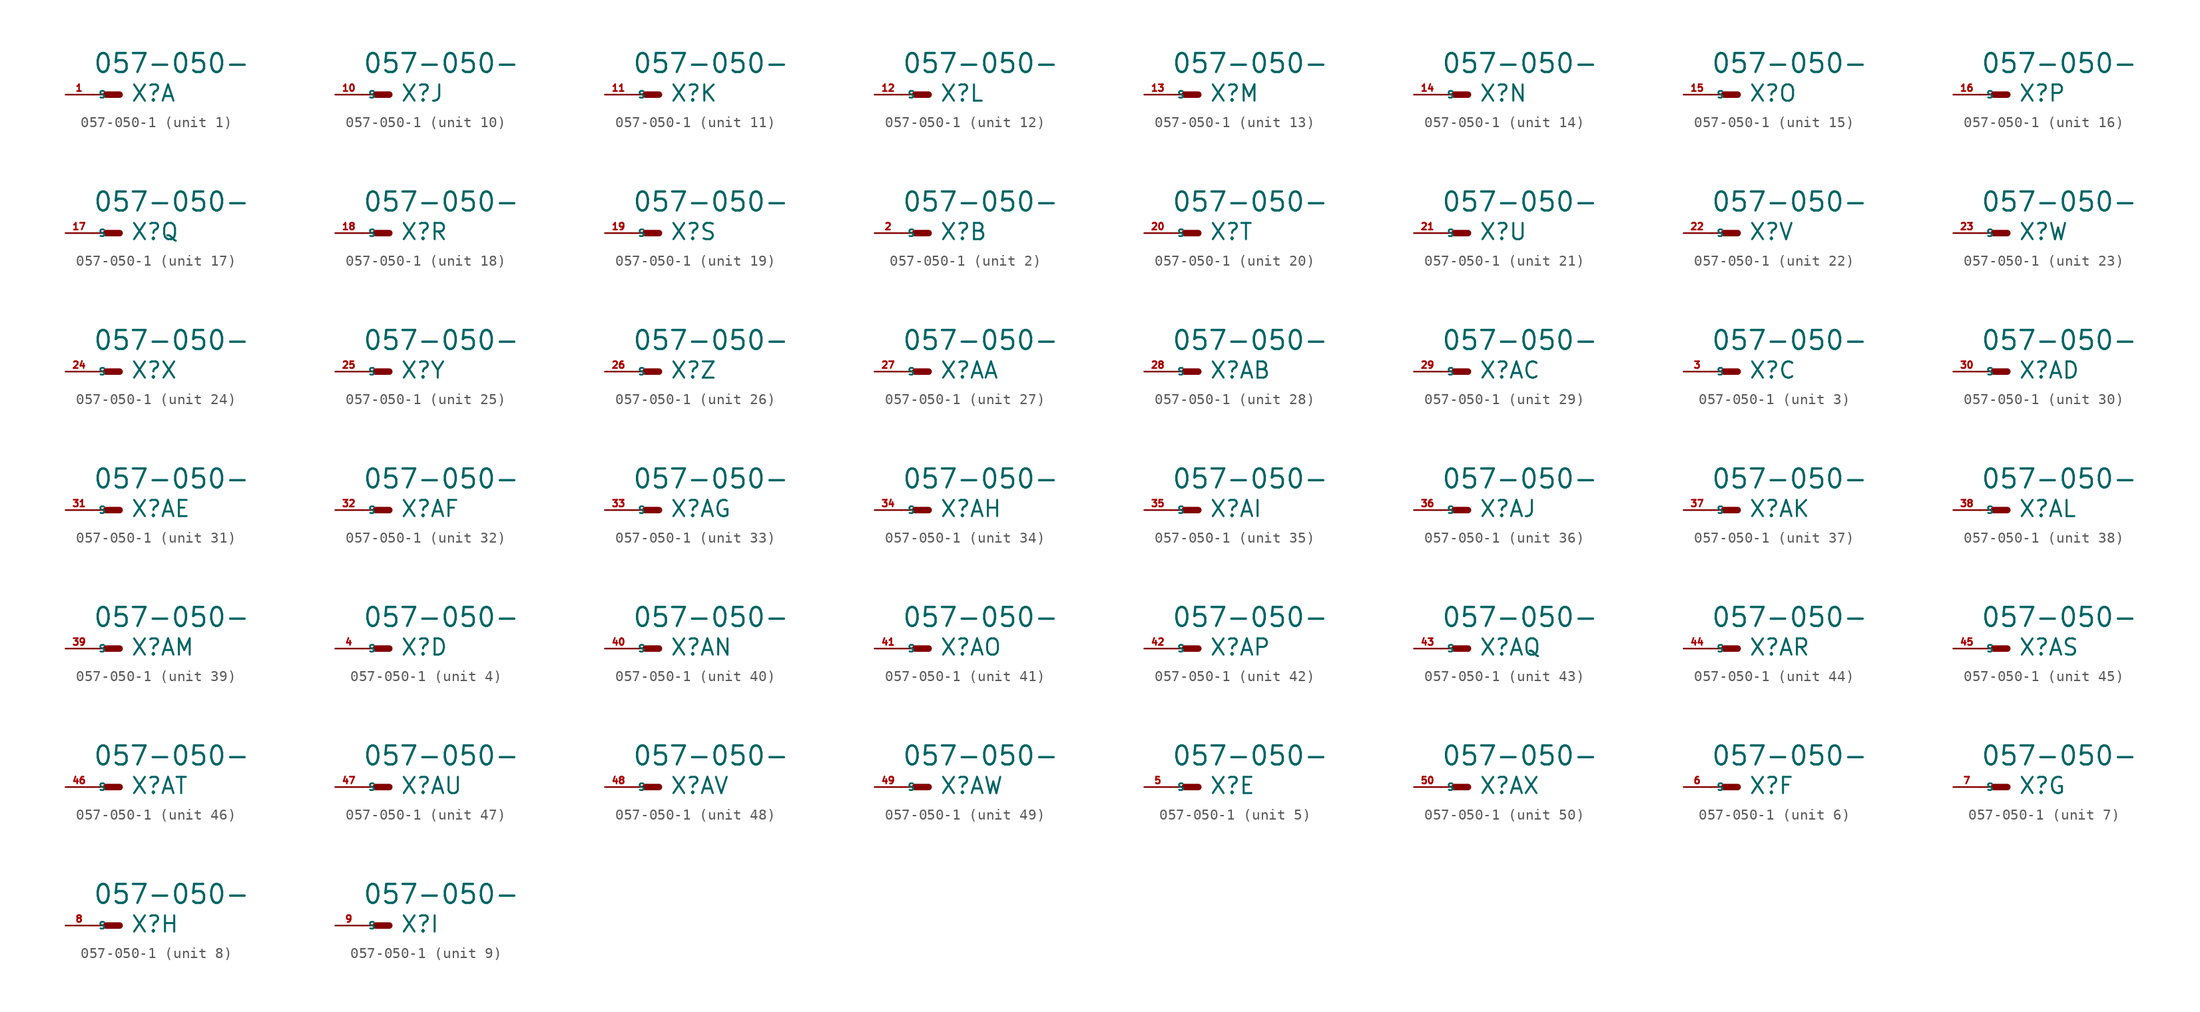
<source format=kicad_sym>
(kicad_symbol_lib
  (version 20220914)
  (generator Eagle2Kicad)
  (symbol "057-050-1"
    (property "Reference" "X"
      (at 1.016 -0.762 0)
      (effects (font (size 1.524 1.524) (thickness 0.19)) (justify left bottom)))
    (property "Value" "057-050-"
      (at -2.54 1.905 0)
      (effects (font (size 1.778 1.778) (thickness 0.22)) (justify left bottom)))
    (symbol "057-050-1_1_0"
      (polyline (pts (xy 0 0) (xy -1.27 0)) (stroke (width 0.61) (type default)) (fill (type none)))
      (polyline (pts (xy -2.54 0) (xy -1.27 0)) (stroke (width 0.152) (type default)) (fill (type none)))
      (pin passive line (at -5.08 0 0) (length 2.54) (name "S" (effects (font (size 0.635 0.635) (thickness 0.08)) (justify left bottom))) (number "1" (effects (font (size 0.635 0.635) (thickness 0.08)) (justify left bottom)))))
    (symbol "057-050-1_2_0"
      (polyline (pts (xy 0 0) (xy -1.27 0)) (stroke (width 0.61) (type default)) (fill (type none)))
      (polyline (pts (xy -2.54 0) (xy -1.27 0)) (stroke (width 0.152) (type default)) (fill (type none)))
      (pin passive line (at -5.08 0 0) (length 2.54) (name "S" (effects (font (size 0.635 0.635) (thickness 0.08)) (justify left bottom))) (number "2" (effects (font (size 0.635 0.635) (thickness 0.08)) (justify left bottom)))))
    (symbol "057-050-1_3_0"
      (polyline (pts (xy 0 0) (xy -1.27 0)) (stroke (width 0.61) (type default)) (fill (type none)))
      (polyline (pts (xy -2.54 0) (xy -1.27 0)) (stroke (width 0.152) (type default)) (fill (type none)))
      (pin passive line (at -5.08 0 0) (length 2.54) (name "S" (effects (font (size 0.635 0.635) (thickness 0.08)) (justify left bottom))) (number "3" (effects (font (size 0.635 0.635) (thickness 0.08)) (justify left bottom)))))
    (symbol "057-050-1_4_0"
      (polyline (pts (xy 0 0) (xy -1.27 0)) (stroke (width 0.61) (type default)) (fill (type none)))
      (polyline (pts (xy -2.54 0) (xy -1.27 0)) (stroke (width 0.152) (type default)) (fill (type none)))
      (pin passive line (at -5.08 0 0) (length 2.54) (name "S" (effects (font (size 0.635 0.635) (thickness 0.08)) (justify left bottom))) (number "4" (effects (font (size 0.635 0.635) (thickness 0.08)) (justify left bottom)))))
    (symbol "057-050-1_5_0"
      (polyline (pts (xy 0 0) (xy -1.27 0)) (stroke (width 0.61) (type default)) (fill (type none)))
      (polyline (pts (xy -2.54 0) (xy -1.27 0)) (stroke (width 0.152) (type default)) (fill (type none)))
      (pin passive line (at -5.08 0 0) (length 2.54) (name "S" (effects (font (size 0.635 0.635) (thickness 0.08)) (justify left bottom))) (number "5" (effects (font (size 0.635 0.635) (thickness 0.08)) (justify left bottom)))))
    (symbol "057-050-1_6_0"
      (polyline (pts (xy 0 0) (xy -1.27 0)) (stroke (width 0.61) (type default)) (fill (type none)))
      (polyline (pts (xy -2.54 0) (xy -1.27 0)) (stroke (width 0.152) (type default)) (fill (type none)))
      (pin passive line (at -5.08 0 0) (length 2.54) (name "S" (effects (font (size 0.635 0.635) (thickness 0.08)) (justify left bottom))) (number "6" (effects (font (size 0.635 0.635) (thickness 0.08)) (justify left bottom)))))
    (symbol "057-050-1_7_0"
      (polyline (pts (xy 0 0) (xy -1.27 0)) (stroke (width 0.61) (type default)) (fill (type none)))
      (polyline (pts (xy -2.54 0) (xy -1.27 0)) (stroke (width 0.152) (type default)) (fill (type none)))
      (pin passive line (at -5.08 0 0) (length 2.54) (name "S" (effects (font (size 0.635 0.635) (thickness 0.08)) (justify left bottom))) (number "7" (effects (font (size 0.635 0.635) (thickness 0.08)) (justify left bottom)))))
    (symbol "057-050-1_8_0"
      (polyline (pts (xy 0 0) (xy -1.27 0)) (stroke (width 0.61) (type default)) (fill (type none)))
      (polyline (pts (xy -2.54 0) (xy -1.27 0)) (stroke (width 0.152) (type default)) (fill (type none)))
      (pin passive line (at -5.08 0 0) (length 2.54) (name "S" (effects (font (size 0.635 0.635) (thickness 0.08)) (justify left bottom))) (number "8" (effects (font (size 0.635 0.635) (thickness 0.08)) (justify left bottom)))))
    (symbol "057-050-1_9_0"
      (polyline (pts (xy 0 0) (xy -1.27 0)) (stroke (width 0.61) (type default)) (fill (type none)))
      (polyline (pts (xy -2.54 0) (xy -1.27 0)) (stroke (width 0.152) (type default)) (fill (type none)))
      (pin passive line (at -5.08 0 0) (length 2.54) (name "S" (effects (font (size 0.635 0.635) (thickness 0.08)) (justify left bottom))) (number "9" (effects (font (size 0.635 0.635) (thickness 0.08)) (justify left bottom)))))
    (symbol "057-050-1_10_0"
      (polyline (pts (xy 0 0) (xy -1.27 0)) (stroke (width 0.61) (type default)) (fill (type none)))
      (polyline (pts (xy -2.54 0) (xy -1.27 0)) (stroke (width 0.152) (type default)) (fill (type none)))
      (pin passive line (at -5.08 0 0) (length 2.54) (name "S" (effects (font (size 0.635 0.635) (thickness 0.08)) (justify left bottom))) (number "10" (effects (font (size 0.635 0.635) (thickness 0.08)) (justify left bottom)))))
    (symbol "057-050-1_11_0"
      (polyline (pts (xy 0 0) (xy -1.27 0)) (stroke (width 0.61) (type default)) (fill (type none)))
      (polyline (pts (xy -2.54 0) (xy -1.27 0)) (stroke (width 0.152) (type default)) (fill (type none)))
      (pin passive line (at -5.08 0 0) (length 2.54) (name "S" (effects (font (size 0.635 0.635) (thickness 0.08)) (justify left bottom))) (number "11" (effects (font (size 0.635 0.635) (thickness 0.08)) (justify left bottom)))))
    (symbol "057-050-1_12_0"
      (polyline (pts (xy 0 0) (xy -1.27 0)) (stroke (width 0.61) (type default)) (fill (type none)))
      (polyline (pts (xy -2.54 0) (xy -1.27 0)) (stroke (width 0.152) (type default)) (fill (type none)))
      (pin passive line (at -5.08 0 0) (length 2.54) (name "S" (effects (font (size 0.635 0.635) (thickness 0.08)) (justify left bottom))) (number "12" (effects (font (size 0.635 0.635) (thickness 0.08)) (justify left bottom)))))
    (symbol "057-050-1_13_0"
      (polyline (pts (xy 0 0) (xy -1.27 0)) (stroke (width 0.61) (type default)) (fill (type none)))
      (polyline (pts (xy -2.54 0) (xy -1.27 0)) (stroke (width 0.152) (type default)) (fill (type none)))
      (pin passive line (at -5.08 0 0) (length 2.54) (name "S" (effects (font (size 0.635 0.635) (thickness 0.08)) (justify left bottom))) (number "13" (effects (font (size 0.635 0.635) (thickness 0.08)) (justify left bottom)))))
    (symbol "057-050-1_14_0"
      (polyline (pts (xy 0 0) (xy -1.27 0)) (stroke (width 0.61) (type default)) (fill (type none)))
      (polyline (pts (xy -2.54 0) (xy -1.27 0)) (stroke (width 0.152) (type default)) (fill (type none)))
      (pin passive line (at -5.08 0 0) (length 2.54) (name "S" (effects (font (size 0.635 0.635) (thickness 0.08)) (justify left bottom))) (number "14" (effects (font (size 0.635 0.635) (thickness 0.08)) (justify left bottom)))))
    (symbol "057-050-1_15_0"
      (polyline (pts (xy 0 0) (xy -1.27 0)) (stroke (width 0.61) (type default)) (fill (type none)))
      (polyline (pts (xy -2.54 0) (xy -1.27 0)) (stroke (width 0.152) (type default)) (fill (type none)))
      (pin passive line (at -5.08 0 0) (length 2.54) (name "S" (effects (font (size 0.635 0.635) (thickness 0.08)) (justify left bottom))) (number "15" (effects (font (size 0.635 0.635) (thickness 0.08)) (justify left bottom)))))
    (symbol "057-050-1_16_0"
      (polyline (pts (xy 0 0) (xy -1.27 0)) (stroke (width 0.61) (type default)) (fill (type none)))
      (polyline (pts (xy -2.54 0) (xy -1.27 0)) (stroke (width 0.152) (type default)) (fill (type none)))
      (pin passive line (at -5.08 0 0) (length 2.54) (name "S" (effects (font (size 0.635 0.635) (thickness 0.08)) (justify left bottom))) (number "16" (effects (font (size 0.635 0.635) (thickness 0.08)) (justify left bottom)))))
    (symbol "057-050-1_17_0"
      (polyline (pts (xy 0 0) (xy -1.27 0)) (stroke (width 0.61) (type default)) (fill (type none)))
      (polyline (pts (xy -2.54 0) (xy -1.27 0)) (stroke (width 0.152) (type default)) (fill (type none)))
      (pin passive line (at -5.08 0 0) (length 2.54) (name "S" (effects (font (size 0.635 0.635) (thickness 0.08)) (justify left bottom))) (number "17" (effects (font (size 0.635 0.635) (thickness 0.08)) (justify left bottom)))))
    (symbol "057-050-1_18_0"
      (polyline (pts (xy 0 0) (xy -1.27 0)) (stroke (width 0.61) (type default)) (fill (type none)))
      (polyline (pts (xy -2.54 0) (xy -1.27 0)) (stroke (width 0.152) (type default)) (fill (type none)))
      (pin passive line (at -5.08 0 0) (length 2.54) (name "S" (effects (font (size 0.635 0.635) (thickness 0.08)) (justify left bottom))) (number "18" (effects (font (size 0.635 0.635) (thickness 0.08)) (justify left bottom)))))
    (symbol "057-050-1_19_0"
      (polyline (pts (xy 0 0) (xy -1.27 0)) (stroke (width 0.61) (type default)) (fill (type none)))
      (polyline (pts (xy -2.54 0) (xy -1.27 0)) (stroke (width 0.152) (type default)) (fill (type none)))
      (pin passive line (at -5.08 0 0) (length 2.54) (name "S" (effects (font (size 0.635 0.635) (thickness 0.08)) (justify left bottom))) (number "19" (effects (font (size 0.635 0.635) (thickness 0.08)) (justify left bottom)))))
    (symbol "057-050-1_20_0"
      (polyline (pts (xy 0 0) (xy -1.27 0)) (stroke (width 0.61) (type default)) (fill (type none)))
      (polyline (pts (xy -2.54 0) (xy -1.27 0)) (stroke (width 0.152) (type default)) (fill (type none)))
      (pin passive line (at -5.08 0 0) (length 2.54) (name "S" (effects (font (size 0.635 0.635) (thickness 0.08)) (justify left bottom))) (number "20" (effects (font (size 0.635 0.635) (thickness 0.08)) (justify left bottom)))))
    (symbol "057-050-1_21_0"
      (polyline (pts (xy 0 0) (xy -1.27 0)) (stroke (width 0.61) (type default)) (fill (type none)))
      (polyline (pts (xy -2.54 0) (xy -1.27 0)) (stroke (width 0.152) (type default)) (fill (type none)))
      (pin passive line (at -5.08 0 0) (length 2.54) (name "S" (effects (font (size 0.635 0.635) (thickness 0.08)) (justify left bottom))) (number "21" (effects (font (size 0.635 0.635) (thickness 0.08)) (justify left bottom)))))
    (symbol "057-050-1_22_0"
      (polyline (pts (xy 0 0) (xy -1.27 0)) (stroke (width 0.61) (type default)) (fill (type none)))
      (polyline (pts (xy -2.54 0) (xy -1.27 0)) (stroke (width 0.152) (type default)) (fill (type none)))
      (pin passive line (at -5.08 0 0) (length 2.54) (name "S" (effects (font (size 0.635 0.635) (thickness 0.08)) (justify left bottom))) (number "22" (effects (font (size 0.635 0.635) (thickness 0.08)) (justify left bottom)))))
    (symbol "057-050-1_23_0"
      (polyline (pts (xy 0 0) (xy -1.27 0)) (stroke (width 0.61) (type default)) (fill (type none)))
      (polyline (pts (xy -2.54 0) (xy -1.27 0)) (stroke (width 0.152) (type default)) (fill (type none)))
      (pin passive line (at -5.08 0 0) (length 2.54) (name "S" (effects (font (size 0.635 0.635) (thickness 0.08)) (justify left bottom))) (number "23" (effects (font (size 0.635 0.635) (thickness 0.08)) (justify left bottom)))))
    (symbol "057-050-1_24_0"
      (polyline (pts (xy 0 0) (xy -1.27 0)) (stroke (width 0.61) (type default)) (fill (type none)))
      (polyline (pts (xy -2.54 0) (xy -1.27 0)) (stroke (width 0.152) (type default)) (fill (type none)))
      (pin passive line (at -5.08 0 0) (length 2.54) (name "S" (effects (font (size 0.635 0.635) (thickness 0.08)) (justify left bottom))) (number "24" (effects (font (size 0.635 0.635) (thickness 0.08)) (justify left bottom)))))
    (symbol "057-050-1_25_0"
      (polyline (pts (xy 0 0) (xy -1.27 0)) (stroke (width 0.61) (type default)) (fill (type none)))
      (polyline (pts (xy -2.54 0) (xy -1.27 0)) (stroke (width 0.152) (type default)) (fill (type none)))
      (pin passive line (at -5.08 0 0) (length 2.54) (name "S" (effects (font (size 0.635 0.635) (thickness 0.08)) (justify left bottom))) (number "25" (effects (font (size 0.635 0.635) (thickness 0.08)) (justify left bottom)))))
    (symbol "057-050-1_26_0"
      (polyline (pts (xy 0 0) (xy -1.27 0)) (stroke (width 0.61) (type default)) (fill (type none)))
      (polyline (pts (xy -2.54 0) (xy -1.27 0)) (stroke (width 0.152) (type default)) (fill (type none)))
      (pin passive line (at -5.08 0 0) (length 2.54) (name "S" (effects (font (size 0.635 0.635) (thickness 0.08)) (justify left bottom))) (number "26" (effects (font (size 0.635 0.635) (thickness 0.08)) (justify left bottom)))))
    (symbol "057-050-1_27_0"
      (polyline (pts (xy 0 0) (xy -1.27 0)) (stroke (width 0.61) (type default)) (fill (type none)))
      (polyline (pts (xy -2.54 0) (xy -1.27 0)) (stroke (width 0.152) (type default)) (fill (type none)))
      (pin passive line (at -5.08 0 0) (length 2.54) (name "S" (effects (font (size 0.635 0.635) (thickness 0.08)) (justify left bottom))) (number "27" (effects (font (size 0.635 0.635) (thickness 0.08)) (justify left bottom)))))
    (symbol "057-050-1_28_0"
      (polyline (pts (xy 0 0) (xy -1.27 0)) (stroke (width 0.61) (type default)) (fill (type none)))
      (polyline (pts (xy -2.54 0) (xy -1.27 0)) (stroke (width 0.152) (type default)) (fill (type none)))
      (pin passive line (at -5.08 0 0) (length 2.54) (name "S" (effects (font (size 0.635 0.635) (thickness 0.08)) (justify left bottom))) (number "28" (effects (font (size 0.635 0.635) (thickness 0.08)) (justify left bottom)))))
    (symbol "057-050-1_29_0"
      (polyline (pts (xy 0 0) (xy -1.27 0)) (stroke (width 0.61) (type default)) (fill (type none)))
      (polyline (pts (xy -2.54 0) (xy -1.27 0)) (stroke (width 0.152) (type default)) (fill (type none)))
      (pin passive line (at -5.08 0 0) (length 2.54) (name "S" (effects (font (size 0.635 0.635) (thickness 0.08)) (justify left bottom))) (number "29" (effects (font (size 0.635 0.635) (thickness 0.08)) (justify left bottom)))))
    (symbol "057-050-1_30_0"
      (polyline (pts (xy 0 0) (xy -1.27 0)) (stroke (width 0.61) (type default)) (fill (type none)))
      (polyline (pts (xy -2.54 0) (xy -1.27 0)) (stroke (width 0.152) (type default)) (fill (type none)))
      (pin passive line (at -5.08 0 0) (length 2.54) (name "S" (effects (font (size 0.635 0.635) (thickness 0.08)) (justify left bottom))) (number "30" (effects (font (size 0.635 0.635) (thickness 0.08)) (justify left bottom)))))
    (symbol "057-050-1_31_0"
      (polyline (pts (xy 0 0) (xy -1.27 0)) (stroke (width 0.61) (type default)) (fill (type none)))
      (polyline (pts (xy -2.54 0) (xy -1.27 0)) (stroke (width 0.152) (type default)) (fill (type none)))
      (pin passive line (at -5.08 0 0) (length 2.54) (name "S" (effects (font (size 0.635 0.635) (thickness 0.08)) (justify left bottom))) (number "31" (effects (font (size 0.635 0.635) (thickness 0.08)) (justify left bottom)))))
    (symbol "057-050-1_32_0"
      (polyline (pts (xy 0 0) (xy -1.27 0)) (stroke (width 0.61) (type default)) (fill (type none)))
      (polyline (pts (xy -2.54 0) (xy -1.27 0)) (stroke (width 0.152) (type default)) (fill (type none)))
      (pin passive line (at -5.08 0 0) (length 2.54) (name "S" (effects (font (size 0.635 0.635) (thickness 0.08)) (justify left bottom))) (number "32" (effects (font (size 0.635 0.635) (thickness 0.08)) (justify left bottom)))))
    (symbol "057-050-1_33_0"
      (polyline (pts (xy 0 0) (xy -1.27 0)) (stroke (width 0.61) (type default)) (fill (type none)))
      (polyline (pts (xy -2.54 0) (xy -1.27 0)) (stroke (width 0.152) (type default)) (fill (type none)))
      (pin passive line (at -5.08 0 0) (length 2.54) (name "S" (effects (font (size 0.635 0.635) (thickness 0.08)) (justify left bottom))) (number "33" (effects (font (size 0.635 0.635) (thickness 0.08)) (justify left bottom)))))
    (symbol "057-050-1_34_0"
      (polyline (pts (xy 0 0) (xy -1.27 0)) (stroke (width 0.61) (type default)) (fill (type none)))
      (polyline (pts (xy -2.54 0) (xy -1.27 0)) (stroke (width 0.152) (type default)) (fill (type none)))
      (pin passive line (at -5.08 0 0) (length 2.54) (name "S" (effects (font (size 0.635 0.635) (thickness 0.08)) (justify left bottom))) (number "34" (effects (font (size 0.635 0.635) (thickness 0.08)) (justify left bottom)))))
    (symbol "057-050-1_35_0"
      (polyline (pts (xy 0 0) (xy -1.27 0)) (stroke (width 0.61) (type default)) (fill (type none)))
      (polyline (pts (xy -2.54 0) (xy -1.27 0)) (stroke (width 0.152) (type default)) (fill (type none)))
      (pin passive line (at -5.08 0 0) (length 2.54) (name "S" (effects (font (size 0.635 0.635) (thickness 0.08)) (justify left bottom))) (number "35" (effects (font (size 0.635 0.635) (thickness 0.08)) (justify left bottom)))))
    (symbol "057-050-1_36_0"
      (polyline (pts (xy 0 0) (xy -1.27 0)) (stroke (width 0.61) (type default)) (fill (type none)))
      (polyline (pts (xy -2.54 0) (xy -1.27 0)) (stroke (width 0.152) (type default)) (fill (type none)))
      (pin passive line (at -5.08 0 0) (length 2.54) (name "S" (effects (font (size 0.635 0.635) (thickness 0.08)) (justify left bottom))) (number "36" (effects (font (size 0.635 0.635) (thickness 0.08)) (justify left bottom)))))
    (symbol "057-050-1_37_0"
      (polyline (pts (xy 0 0) (xy -1.27 0)) (stroke (width 0.61) (type default)) (fill (type none)))
      (polyline (pts (xy -2.54 0) (xy -1.27 0)) (stroke (width 0.152) (type default)) (fill (type none)))
      (pin passive line (at -5.08 0 0) (length 2.54) (name "S" (effects (font (size 0.635 0.635) (thickness 0.08)) (justify left bottom))) (number "37" (effects (font (size 0.635 0.635) (thickness 0.08)) (justify left bottom)))))
    (symbol "057-050-1_38_0"
      (polyline (pts (xy 0 0) (xy -1.27 0)) (stroke (width 0.61) (type default)) (fill (type none)))
      (polyline (pts (xy -2.54 0) (xy -1.27 0)) (stroke (width 0.152) (type default)) (fill (type none)))
      (pin passive line (at -5.08 0 0) (length 2.54) (name "S" (effects (font (size 0.635 0.635) (thickness 0.08)) (justify left bottom))) (number "38" (effects (font (size 0.635 0.635) (thickness 0.08)) (justify left bottom)))))
    (symbol "057-050-1_39_0"
      (polyline (pts (xy 0 0) (xy -1.27 0)) (stroke (width 0.61) (type default)) (fill (type none)))
      (polyline (pts (xy -2.54 0) (xy -1.27 0)) (stroke (width 0.152) (type default)) (fill (type none)))
      (pin passive line (at -5.08 0 0) (length 2.54) (name "S" (effects (font (size 0.635 0.635) (thickness 0.08)) (justify left bottom))) (number "39" (effects (font (size 0.635 0.635) (thickness 0.08)) (justify left bottom)))))
    (symbol "057-050-1_40_0"
      (polyline (pts (xy 0 0) (xy -1.27 0)) (stroke (width 0.61) (type default)) (fill (type none)))
      (polyline (pts (xy -2.54 0) (xy -1.27 0)) (stroke (width 0.152) (type default)) (fill (type none)))
      (pin passive line (at -5.08 0 0) (length 2.54) (name "S" (effects (font (size 0.635 0.635) (thickness 0.08)) (justify left bottom))) (number "40" (effects (font (size 0.635 0.635) (thickness 0.08)) (justify left bottom)))))
    (symbol "057-050-1_41_0"
      (polyline (pts (xy 0 0) (xy -1.27 0)) (stroke (width 0.61) (type default)) (fill (type none)))
      (polyline (pts (xy -2.54 0) (xy -1.27 0)) (stroke (width 0.152) (type default)) (fill (type none)))
      (pin passive line (at -5.08 0 0) (length 2.54) (name "S" (effects (font (size 0.635 0.635) (thickness 0.08)) (justify left bottom))) (number "41" (effects (font (size 0.635 0.635) (thickness 0.08)) (justify left bottom)))))
    (symbol "057-050-1_42_0"
      (polyline (pts (xy 0 0) (xy -1.27 0)) (stroke (width 0.61) (type default)) (fill (type none)))
      (polyline (pts (xy -2.54 0) (xy -1.27 0)) (stroke (width 0.152) (type default)) (fill (type none)))
      (pin passive line (at -5.08 0 0) (length 2.54) (name "S" (effects (font (size 0.635 0.635) (thickness 0.08)) (justify left bottom))) (number "42" (effects (font (size 0.635 0.635) (thickness 0.08)) (justify left bottom)))))
    (symbol "057-050-1_43_0"
      (polyline (pts (xy 0 0) (xy -1.27 0)) (stroke (width 0.61) (type default)) (fill (type none)))
      (polyline (pts (xy -2.54 0) (xy -1.27 0)) (stroke (width 0.152) (type default)) (fill (type none)))
      (pin passive line (at -5.08 0 0) (length 2.54) (name "S" (effects (font (size 0.635 0.635) (thickness 0.08)) (justify left bottom))) (number "43" (effects (font (size 0.635 0.635) (thickness 0.08)) (justify left bottom)))))
    (symbol "057-050-1_44_0"
      (polyline (pts (xy 0 0) (xy -1.27 0)) (stroke (width 0.61) (type default)) (fill (type none)))
      (polyline (pts (xy -2.54 0) (xy -1.27 0)) (stroke (width 0.152) (type default)) (fill (type none)))
      (pin passive line (at -5.08 0 0) (length 2.54) (name "S" (effects (font (size 0.635 0.635) (thickness 0.08)) (justify left bottom))) (number "44" (effects (font (size 0.635 0.635) (thickness 0.08)) (justify left bottom)))))
    (symbol "057-050-1_45_0"
      (polyline (pts (xy 0 0) (xy -1.27 0)) (stroke (width 0.61) (type default)) (fill (type none)))
      (polyline (pts (xy -2.54 0) (xy -1.27 0)) (stroke (width 0.152) (type default)) (fill (type none)))
      (pin passive line (at -5.08 0 0) (length 2.54) (name "S" (effects (font (size 0.635 0.635) (thickness 0.08)) (justify left bottom))) (number "45" (effects (font (size 0.635 0.635) (thickness 0.08)) (justify left bottom)))))
    (symbol "057-050-1_46_0"
      (polyline (pts (xy 0 0) (xy -1.27 0)) (stroke (width 0.61) (type default)) (fill (type none)))
      (polyline (pts (xy -2.54 0) (xy -1.27 0)) (stroke (width 0.152) (type default)) (fill (type none)))
      (pin passive line (at -5.08 0 0) (length 2.54) (name "S" (effects (font (size 0.635 0.635) (thickness 0.08)) (justify left bottom))) (number "46" (effects (font (size 0.635 0.635) (thickness 0.08)) (justify left bottom)))))
    (symbol "057-050-1_47_0"
      (polyline (pts (xy 0 0) (xy -1.27 0)) (stroke (width 0.61) (type default)) (fill (type none)))
      (polyline (pts (xy -2.54 0) (xy -1.27 0)) (stroke (width 0.152) (type default)) (fill (type none)))
      (pin passive line (at -5.08 0 0) (length 2.54) (name "S" (effects (font (size 0.635 0.635) (thickness 0.08)) (justify left bottom))) (number "47" (effects (font (size 0.635 0.635) (thickness 0.08)) (justify left bottom)))))
    (symbol "057-050-1_48_0"
      (polyline (pts (xy 0 0) (xy -1.27 0)) (stroke (width 0.61) (type default)) (fill (type none)))
      (polyline (pts (xy -2.54 0) (xy -1.27 0)) (stroke (width 0.152) (type default)) (fill (type none)))
      (pin passive line (at -5.08 0 0) (length 2.54) (name "S" (effects (font (size 0.635 0.635) (thickness 0.08)) (justify left bottom))) (number "48" (effects (font (size 0.635 0.635) (thickness 0.08)) (justify left bottom)))))
    (symbol "057-050-1_49_0"
      (polyline (pts (xy 0 0) (xy -1.27 0)) (stroke (width 0.61) (type default)) (fill (type none)))
      (polyline (pts (xy -2.54 0) (xy -1.27 0)) (stroke (width 0.152) (type default)) (fill (type none)))
      (pin passive line (at -5.08 0 0) (length 2.54) (name "S" (effects (font (size 0.635 0.635) (thickness 0.08)) (justify left bottom))) (number "49" (effects (font (size 0.635 0.635) (thickness 0.08)) (justify left bottom)))))
    (symbol "057-050-1_50_0"
      (polyline (pts (xy 0 0) (xy -1.27 0)) (stroke (width 0.61) (type default)) (fill (type none)))
      (polyline (pts (xy -2.54 0) (xy -1.27 0)) (stroke (width 0.152) (type default)) (fill (type none)))
      (pin passive line (at -5.08 0 0) (length 2.54) (name "S" (effects (font (size 0.635 0.635) (thickness 0.08)) (justify left bottom))) (number "50" (effects (font (size 0.635 0.635) (thickness 0.08)) (justify left bottom)))))))
</source>
